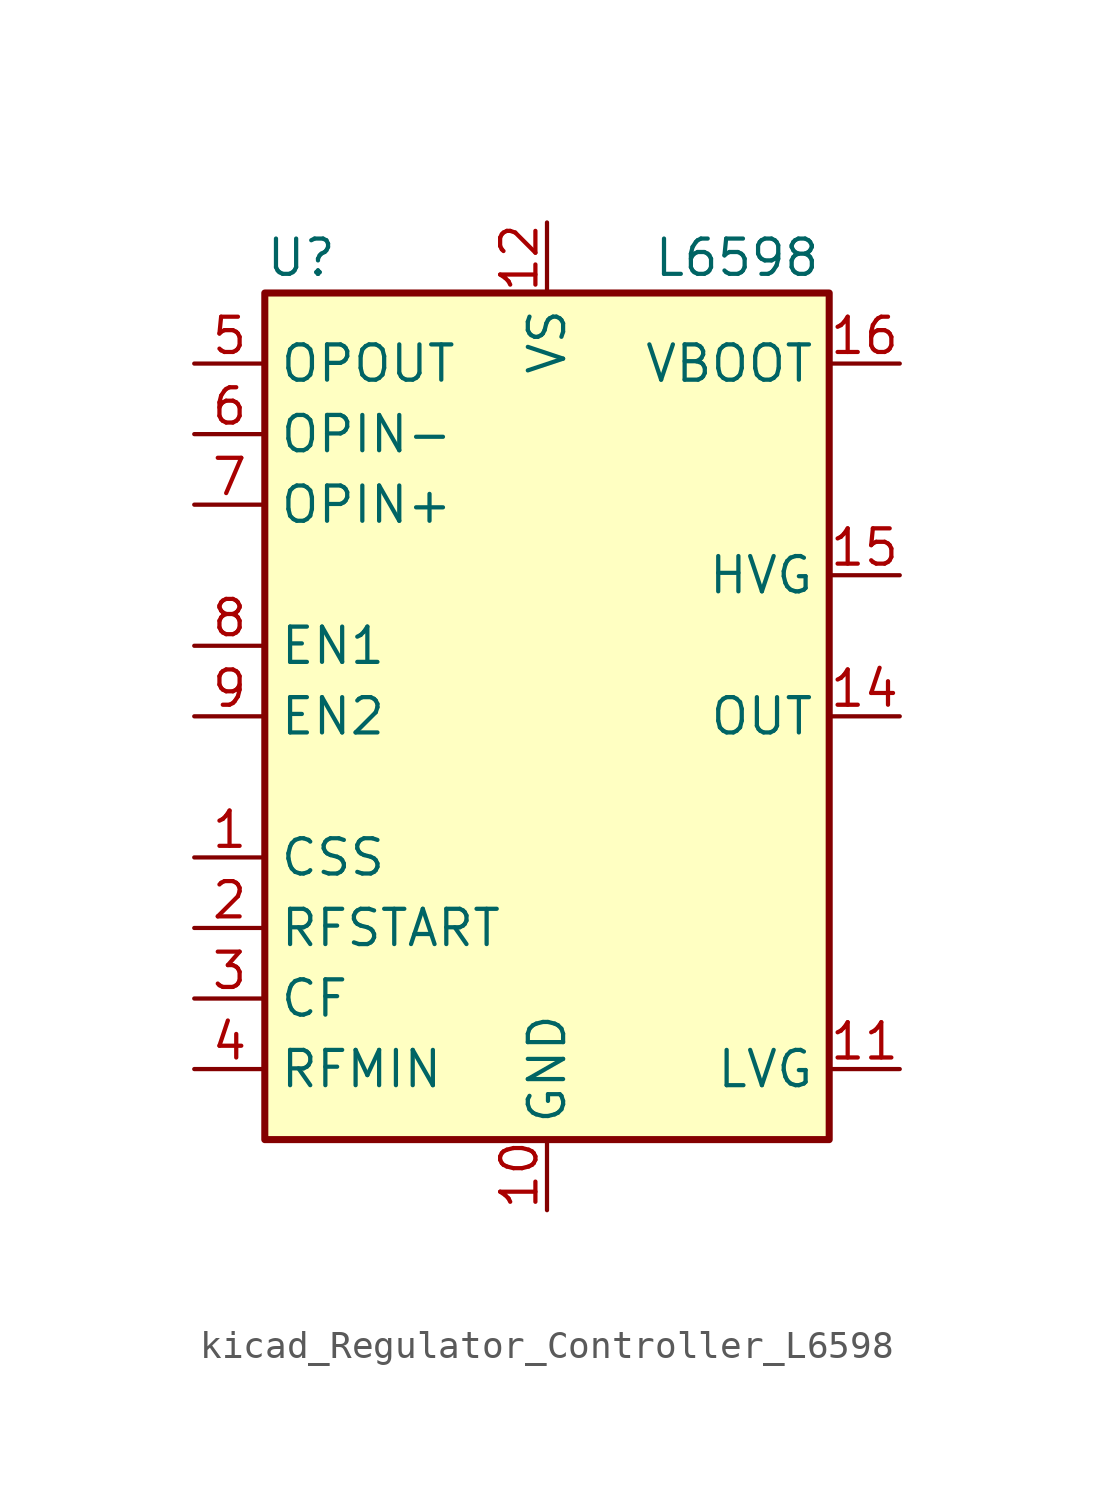
<source format=kicad_sym>
(kicad_symbol_lib
  (version 20220914)
  (generator kicad_symbol_editor)
  (symbol "kicad_Regulator_Controller_L6598"
    (property "Reference" "U"
      (at -10.16 16.51 0)
      (effects (font (size 1.27 1.27)) (justify left)))
    (property "Value" "L6598"
      (at 3.81 16.51 0)
      (effects (font (size 1.27 1.27)) (justify left)))
    (symbol "kicad_Regulator_Controller_L6598_0_0"
      (rectangle (start -10.16 15.24) (end 10.16 -15.24) (stroke (width 0.254) (type default)) (fill (type background))))
    (symbol "kicad_Regulator_Controller_L6598_1_1"
      (pin passive line (at -12.7 -5.08 0) (length 2.54) (name "CSS" (effects (font (size 1.27 1.27)))) (number "1" (effects (font (size 1.27 1.27)))))
      (pin power_in line (at 0 -17.78 90) (length 2.54) (name "GND" (effects (font (size 1.27 1.27)))) (number "10" (effects (font (size 1.27 1.27)))))
      (pin output line (at 12.7 -12.7 180) (length 2.54) (name "LVG" (effects (font (size 1.27 1.27)))) (number "11" (effects (font (size 1.27 1.27)))))
      (pin power_in line (at 0 17.78 270) (length 2.54) (name "VS" (effects (font (size 1.27 1.27)))) (number "12" (effects (font (size 1.27 1.27)))))
      (pin no_connect line (at 10.16 10.16 180) (length 2.54) hide (name "NC" (effects (font (size 1.27 1.27)))) (number "13" (effects (font (size 1.27 1.27)))))
      (pin input line (at 12.7 0 180) (length 2.54) (name "OUT" (effects (font (size 1.27 1.27)))) (number "14" (effects (font (size 1.27 1.27)))))
      (pin output line (at 12.7 5.08 180) (length 2.54) (name "HVG" (effects (font (size 1.27 1.27)))) (number "15" (effects (font (size 1.27 1.27)))))
      (pin input line (at 12.7 12.7 180) (length 2.54) (name "VBOOT" (effects (font (size 1.27 1.27)))) (number "16" (effects (font (size 1.27 1.27)))))
      (pin passive line (at -12.7 -7.62 0) (length 2.54) (name "RFSTART" (effects (font (size 1.27 1.27)))) (number "2" (effects (font (size 1.27 1.27)))))
      (pin passive line (at -12.7 -10.16 0) (length 2.54) (name "CF" (effects (font (size 1.27 1.27)))) (number "3" (effects (font (size 1.27 1.27)))))
      (pin passive line (at -12.7 -12.7 0) (length 2.54) (name "RFMIN" (effects (font (size 1.27 1.27)))) (number "4" (effects (font (size 1.27 1.27)))))
      (pin output line (at -12.7 12.7 0) (length 2.54) (name "OPOUT" (effects (font (size 1.27 1.27)))) (number "5" (effects (font (size 1.27 1.27)))))
      (pin input line (at -12.7 10.16 0) (length 2.54) (name "OPIN-" (effects (font (size 1.27 1.27)))) (number "6" (effects (font (size 1.27 1.27)))))
      (pin input line (at -12.7 7.62 0) (length 2.54) (name "OPIN+" (effects (font (size 1.27 1.27)))) (number "7" (effects (font (size 1.27 1.27)))))
      (pin input line (at -12.7 2.54 0) (length 2.54) (name "EN1" (effects (font (size 1.27 1.27)))) (number "8" (effects (font (size 1.27 1.27)))))
      (pin input line (at -12.7 0 0) (length 2.54) (name "EN2" (effects (font (size 1.27 1.27)))) (number "9" (effects (font (size 1.27 1.27))))))))
</source>
